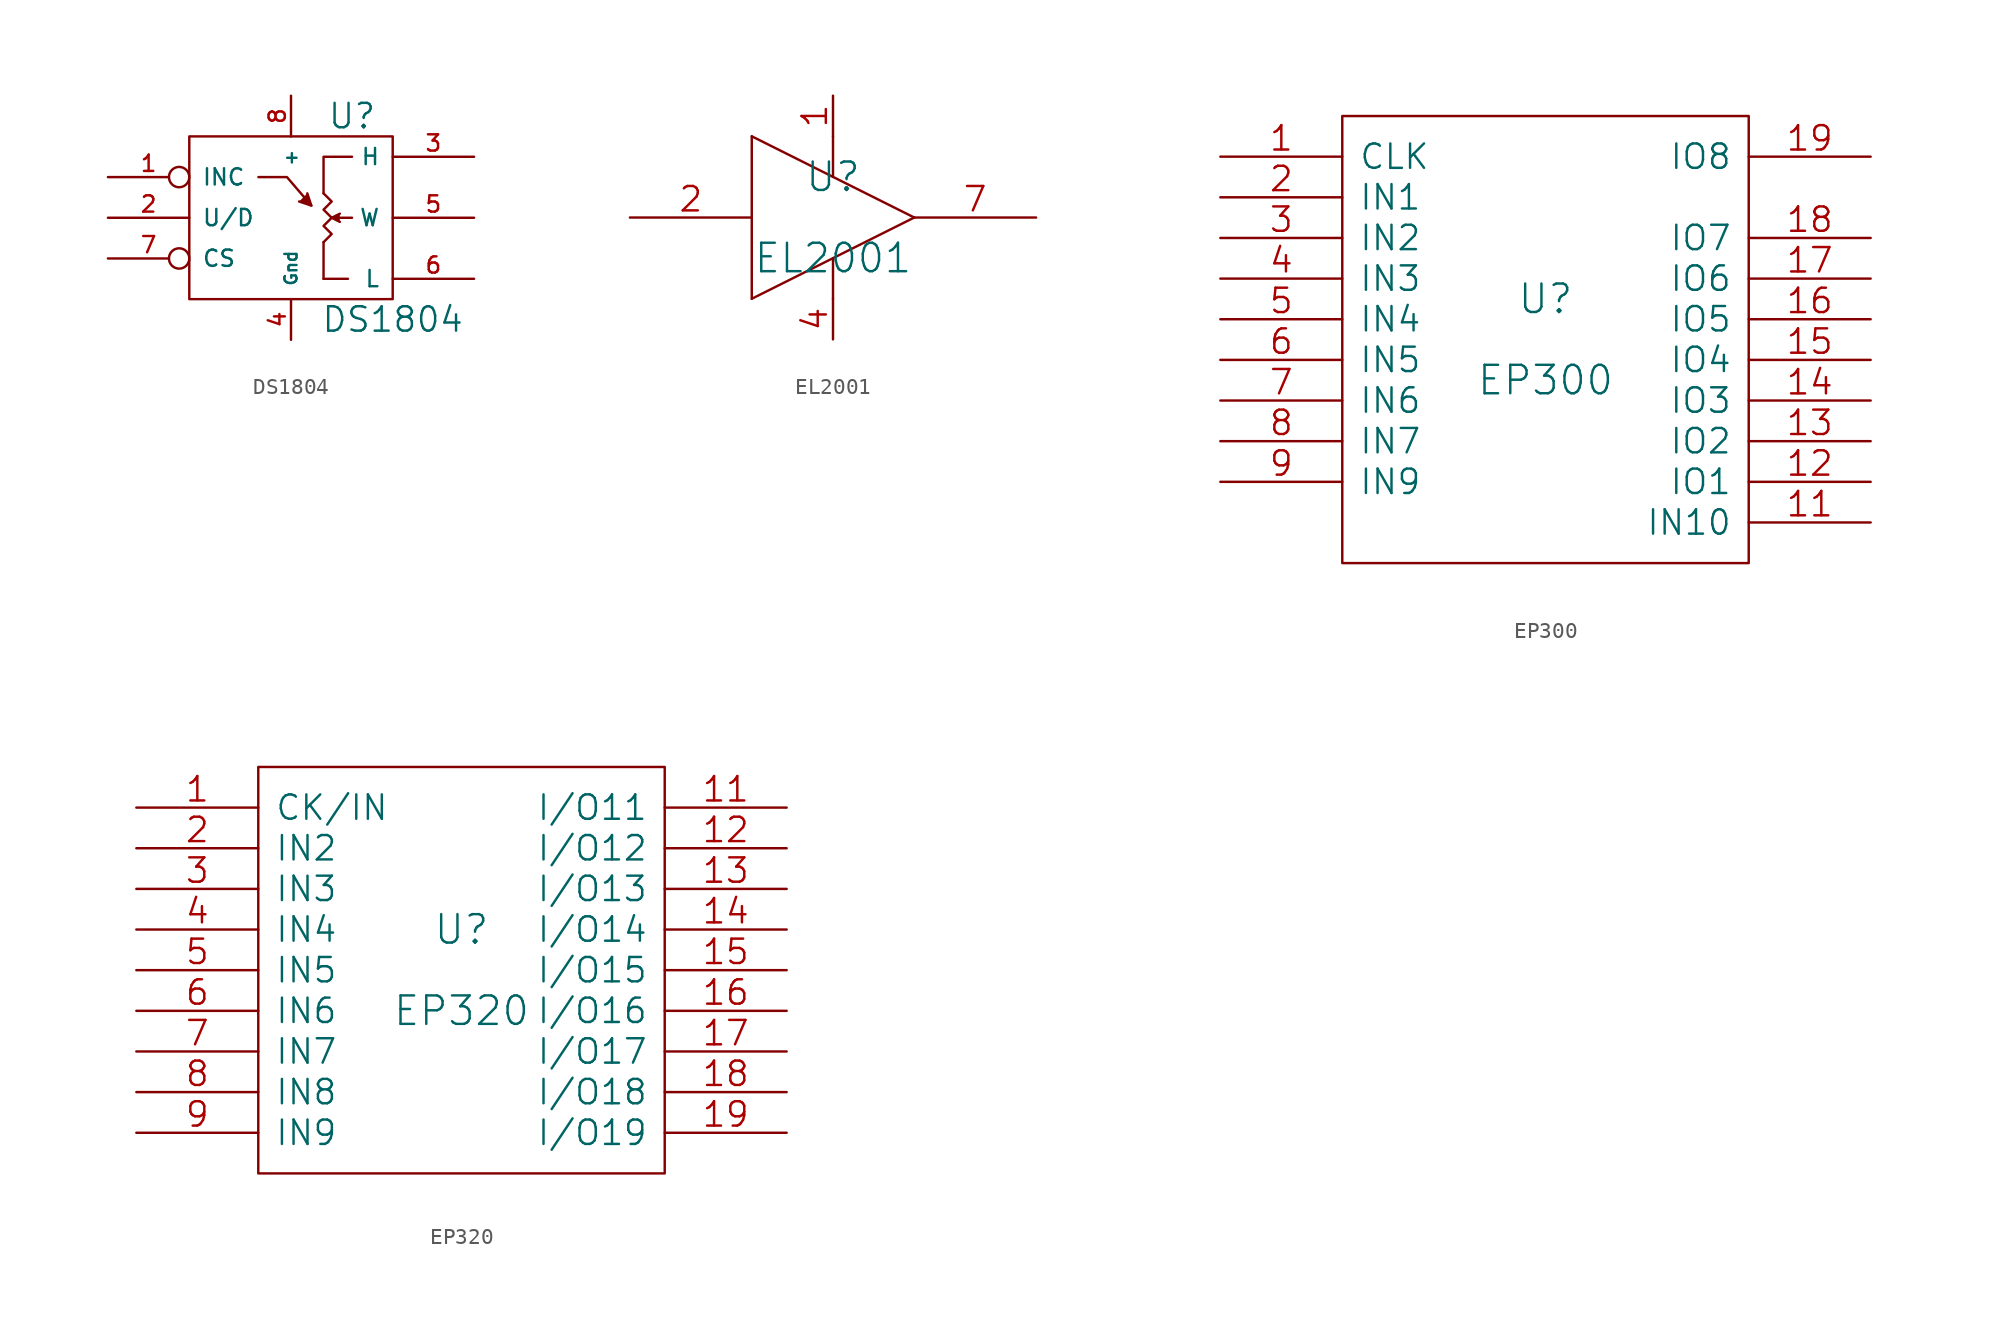
<source format=kicad_sym>
(kicad_symbol_lib
  (version 20211014)
  (generator kicad_symbol_editor)
  (symbol "DS1804"
    (pin_names
      (offset 0.762))
    (property "Reference" "U"
      (at 3.81 6.35 0)
      (effects (font (size 1.524 1.524))))
    (property "Value" "DS1804"
      (at 6.35 -6.35 0)
      (effects (font (size 1.524 1.524))))
    (property "Footprint" ""
      (at 0 0 0)
      (effects (font (size 1.524 1.524))))
    (property "Datasheet" ""
      (at 0 0 0)
      (effects (font (size 1.524 1.524))))
    (symbol "DS1804_0_1"
      (rectangle (start -6.35 5.08) (end 6.35 -5.08) (stroke (width 0) (type default) (color 0 0 0 0)) (fill (type none)))
      (polyline (pts (xy 2.032 -1.524) (xy 2.032 -3.81)) (stroke (width 0) (type default) (color 0 0 0 0)) (fill (type none)))
      (polyline (pts (xy 3.556 -3.81) (xy 2.032 -3.81)) (stroke (width 0) (type default) (color 0 0 0 0)) (fill (type none)))
      (polyline (pts (xy 3.81 0) (xy 3.048 0)) (stroke (width 0) (type default) (color 0 0 0 0)) (fill (type none)))
      (polyline (pts (xy -2.032 2.54) (xy -0.254 2.54) (xy 1.27 0.762)) (stroke (width 0) (type default) (color 0 0 0 0)) (fill (type none)))
      (polyline (pts (xy 1.016 1.524) (xy 1.27 0.762) (xy 0.508 1.016)) (stroke (width 0) (type default) (color 0 0 0 0)) (fill (type outline)))
      (polyline (pts (xy 2.032 1.524) (xy 2.032 3.81) (xy 3.81 3.81)) (stroke (width 0) (type default) (color 0 0 0 0)) (fill (type none)))
      (polyline (pts (xy 3.048 -0.254) (xy 2.54 0) (xy 3.048 0.254)) (stroke (width 0) (type default) (color 0 0 0 0)) (fill (type outline)))
      (polyline (pts (xy 2.54 0) (xy 2.032 0.508) (xy 2.54 1.016) (xy 2.032 1.524)) (stroke (width 0) (type default) (color 0 0 0 0)) (fill (type none)))
      (polyline (pts (xy 2.54 0) (xy 2.032 -0.508) (xy 2.54 -1.016) (xy 2.032 -1.524) (xy 2.032 -1.524)) (stroke (width 0) (type default) (color 0 0 0 0)) (fill (type none))))
    (symbol "DS1804_1_1"
      (pin input inverted (at -11.43 2.54 0) (length 5.08) (name "INC" (effects (font (size 1.016 1.016)))) (number "1" (effects (font (size 1.016 1.016)))))
      (pin input line (at -11.43 0 0) (length 5.08) (name "U/D" (effects (font (size 1.016 1.016)))) (number "2" (effects (font (size 1.016 1.016)))))
      (pin passive line (at 11.43 3.81 180) (length 5.08) (name "H" (effects (font (size 1.016 1.016)))) (number "3" (effects (font (size 1.016 1.016)))))
      (pin power_in line (at 0 -7.62 90) (length 2.54) (name "Gnd" (effects (font (size 0.762 0.762)))) (number "4" (effects (font (size 1.016 1.016)))))
      (pin passive line (at 11.43 0 180) (length 5.08) (name "W" (effects (font (size 1.016 1.016)))) (number "5" (effects (font (size 1.016 1.016)))))
      (pin passive line (at 11.43 -3.81 180) (length 5.08) (name "L" (effects (font (size 1.016 1.016)))) (number "6" (effects (font (size 1.016 1.016)))))
      (pin input inverted (at -11.43 -2.54 0) (length 5.08) (name "CS" (effects (font (size 1.016 1.016)))) (number "7" (effects (font (size 1.016 1.016)))))
      (pin power_in line (at 0 7.62 270) (length 2.54) (name "+" (effects (font (size 0.762 0.762)))) (number "8" (effects (font (size 1.016 1.016)))))))
  (symbol "EL2001"
    (pin_names
      (offset 1.016) hide)
    (property "Reference" "U"
      (at 0 2.54 0)
      (effects (font (size 1.778 1.778))))
    (property "Value" "EL2001"
      (at 0 -2.54 0)
      (effects (font (size 1.778 1.778))))
    (property "Footprint" ""
      (at 0 0 0)
      (effects (font (size 1.524 1.524))))
    (property "Datasheet" ""
      (at 0 0 0)
      (effects (font (size 1.524 1.524))))
    (symbol "EL2001_0_1"
      (polyline (pts (xy -5.08 -5.08) (xy 5.08 0)) (stroke (width 0) (type default) (color 0 0 0 0)) (fill (type none)))
      (polyline (pts (xy -5.08 5.08) (xy -5.08 -5.08)) (stroke (width 0) (type default) (color 0 0 0 0)) (fill (type none)))
      (polyline (pts (xy 0 -5.08) (xy 0 -2.54)) (stroke (width 0) (type default) (color 0 0 0 0)) (fill (type none)))
      (polyline (pts (xy 0 5.08) (xy 0 2.54)) (stroke (width 0) (type default) (color 0 0 0 0)) (fill (type none)))
      (polyline (pts (xy 5.08 0) (xy -5.08 5.08)) (stroke (width 0) (type default) (color 0 0 0 0)) (fill (type none))))
    (symbol "EL2001_1_1"
      (pin input line (at 0 7.62 270) (length 2.54) (name "V+" (effects (font (size 1.524 1.524)))) (number "1" (effects (font (size 1.524 1.524)))))
      (pin input line (at -12.7 0 0) (length 7.62) (name "IN" (effects (font (size 1.524 1.524)))) (number "2" (effects (font (size 1.524 1.524)))))
      (pin input line (at 0 -7.62 90) (length 2.54) (name "V-" (effects (font (size 1.524 1.524)))) (number "4" (effects (font (size 1.524 1.524)))))
      (pin output line (at 12.7 0 180) (length 7.62) (name "OUT" (effects (font (size 1.524 1.524)))) (number "7" (effects (font (size 1.524 1.524)))))))
  (symbol "EP300"
    (pin_names
      (offset 1.016))
    (property "Reference" "U"
      (at 0 2.54 0)
      (effects (font (size 1.778 1.778))))
    (property "Value" "EP300"
      (at 0 -2.54 0)
      (effects (font (size 1.778 1.778))))
    (property "Footprint" ""
      (at 0 0 0)
      (effects (font (size 1.524 1.524))))
    (property "Datasheet" ""
      (at 0 0 0)
      (effects (font (size 1.524 1.524))))
    (symbol "EP300_0_1"
      (rectangle (start -12.7 -13.97) (end 12.7 13.97) (stroke (width 0) (type default) (color 0 0 0 0)) (fill (type none))))
    (symbol "EP300_1_1"
      (pin input line (at -20.32 11.43 0) (length 7.62) (name "CLK" (effects (font (size 1.524 1.524)))) (number "1" (effects (font (size 1.524 1.524)))))
      (pin power_in line (at -12.7 -13.97 90) (length 0) hide (name "GND" (effects (font (size 1.524 1.524)))) (number "10" (effects (font (size 1.524 1.524)))))
      (pin input line (at 20.32 -11.43 180) (length 7.62) (name "IN10" (effects (font (size 1.524 1.524)))) (number "11" (effects (font (size 1.524 1.524)))))
      (pin input line (at 20.32 -8.89 180) (length 7.62) (name "IO1" (effects (font (size 1.524 1.524)))) (number "12" (effects (font (size 1.524 1.524)))))
      (pin input line (at 20.32 -6.35 180) (length 7.62) (name "IO2" (effects (font (size 1.524 1.524)))) (number "13" (effects (font (size 1.524 1.524)))))
      (pin input line (at 20.32 -3.81 180) (length 7.62) (name "IO3" (effects (font (size 1.524 1.524)))) (number "14" (effects (font (size 1.524 1.524)))))
      (pin input line (at 20.32 -1.27 180) (length 7.62) (name "IO4" (effects (font (size 1.524 1.524)))) (number "15" (effects (font (size 1.524 1.524)))))
      (pin input line (at 20.32 1.27 180) (length 7.62) (name "IO5" (effects (font (size 1.524 1.524)))) (number "16" (effects (font (size 1.524 1.524)))))
      (pin input line (at 20.32 3.81 180) (length 7.62) (name "IO6" (effects (font (size 1.524 1.524)))) (number "17" (effects (font (size 1.524 1.524)))))
      (pin input line (at 20.32 6.35 180) (length 7.62) (name "IO7" (effects (font (size 1.524 1.524)))) (number "18" (effects (font (size 1.524 1.524)))))
      (pin input line (at 20.32 11.43 180) (length 7.62) (name "IO8" (effects (font (size 1.524 1.524)))) (number "19" (effects (font (size 1.524 1.524)))))
      (pin input line (at -20.32 8.89 0) (length 7.62) (name "IN1" (effects (font (size 1.524 1.524)))) (number "2" (effects (font (size 1.524 1.524)))))
      (pin power_in line (at -12.7 13.97 90) (length 0) hide (name "VCC" (effects (font (size 1.524 1.524)))) (number "20" (effects (font (size 1.524 1.524)))))
      (pin input line (at -20.32 6.35 0) (length 7.62) (name "IN2" (effects (font (size 1.524 1.524)))) (number "3" (effects (font (size 1.524 1.524)))))
      (pin input line (at -20.32 3.81 0) (length 7.62) (name "IN3" (effects (font (size 1.524 1.524)))) (number "4" (effects (font (size 1.524 1.524)))))
      (pin input line (at -20.32 1.27 0) (length 7.62) (name "IN4" (effects (font (size 1.524 1.524)))) (number "5" (effects (font (size 1.524 1.524)))))
      (pin input line (at -20.32 -1.27 0) (length 7.62) (name "IN5" (effects (font (size 1.524 1.524)))) (number "6" (effects (font (size 1.524 1.524)))))
      (pin input line (at -20.32 -3.81 0) (length 7.62) (name "IN6" (effects (font (size 1.524 1.524)))) (number "7" (effects (font (size 1.524 1.524)))))
      (pin input line (at -20.32 -6.35 0) (length 7.62) (name "IN7" (effects (font (size 1.524 1.524)))) (number "8" (effects (font (size 1.524 1.524)))))
      (pin input line (at -20.32 -8.89 0) (length 7.62) (name "IN9" (effects (font (size 1.524 1.524)))) (number "9" (effects (font (size 1.524 1.524)))))))
  (symbol "EP320"
    (pin_names
      (offset 1.016))
    (property "Reference" "U"
      (at 0 2.54 0)
      (effects (font (size 1.778 1.778))))
    (property "Value" "EP320"
      (at 0 -2.54 0)
      (effects (font (size 1.778 1.778))))
    (property "Footprint" ""
      (at 0 0 0)
      (effects (font (size 1.524 1.524))))
    (property "Datasheet" ""
      (at 0 0 0)
      (effects (font (size 1.524 1.524))))
    (symbol "EP320_0_1"
      (rectangle (start -12.7 -12.7) (end 12.7 12.7) (stroke (width 0) (type default) (color 0 0 0 0)) (fill (type none))))
    (symbol "EP320_1_1"
      (pin input line (at -20.32 10.16 0) (length 7.62) (name "CK/IN" (effects (font (size 1.524 1.524)))) (number "1" (effects (font (size 1.524 1.524)))))
      (pin power_in line (at -12.7 -12.7 90) (length 0) hide (name "GND" (effects (font (size 1.524 1.524)))) (number "10" (effects (font (size 1.524 1.524)))))
      (pin input line (at 20.32 10.16 180) (length 7.62) (name "I/O11" (effects (font (size 1.524 1.524)))) (number "11" (effects (font (size 1.524 1.524)))))
      (pin input line (at 20.32 7.62 180) (length 7.62) (name "I/O12" (effects (font (size 1.524 1.524)))) (number "12" (effects (font (size 1.524 1.524)))))
      (pin input line (at 20.32 5.08 180) (length 7.62) (name "I/O13" (effects (font (size 1.524 1.524)))) (number "13" (effects (font (size 1.524 1.524)))))
      (pin input line (at 20.32 2.54 180) (length 7.62) (name "I/O14" (effects (font (size 1.524 1.524)))) (number "14" (effects (font (size 1.524 1.524)))))
      (pin input line (at 20.32 0 180) (length 7.62) (name "I/O15" (effects (font (size 1.524 1.524)))) (number "15" (effects (font (size 1.524 1.524)))))
      (pin input line (at 20.32 -2.54 180) (length 7.62) (name "I/O16" (effects (font (size 1.524 1.524)))) (number "16" (effects (font (size 1.524 1.524)))))
      (pin input line (at 20.32 -5.08 180) (length 7.62) (name "I/O17" (effects (font (size 1.524 1.524)))) (number "17" (effects (font (size 1.524 1.524)))))
      (pin input line (at 20.32 -7.62 180) (length 7.62) (name "I/O18" (effects (font (size 1.524 1.524)))) (number "18" (effects (font (size 1.524 1.524)))))
      (pin input line (at 20.32 -10.16 180) (length 7.62) (name "I/O19" (effects (font (size 1.524 1.524)))) (number "19" (effects (font (size 1.524 1.524)))))
      (pin input line (at -20.32 7.62 0) (length 7.62) (name "IN2" (effects (font (size 1.524 1.524)))) (number "2" (effects (font (size 1.524 1.524)))))
      (pin power_in line (at -12.7 12.7 90) (length 0) hide (name "VDD" (effects (font (size 1.524 1.524)))) (number "20" (effects (font (size 1.524 1.524)))))
      (pin input line (at -20.32 5.08 0) (length 7.62) (name "IN3" (effects (font (size 1.524 1.524)))) (number "3" (effects (font (size 1.524 1.524)))))
      (pin input line (at -20.32 2.54 0) (length 7.62) (name "IN4" (effects (font (size 1.524 1.524)))) (number "4" (effects (font (size 1.524 1.524)))))
      (pin input line (at -20.32 0 0) (length 7.62) (name "IN5" (effects (font (size 1.524 1.524)))) (number "5" (effects (font (size 1.524 1.524)))))
      (pin input line (at -20.32 -2.54 0) (length 7.62) (name "IN6" (effects (font (size 1.524 1.524)))) (number "6" (effects (font (size 1.524 1.524)))))
      (pin input line (at -20.32 -5.08 0) (length 7.62) (name "IN7" (effects (font (size 1.524 1.524)))) (number "7" (effects (font (size 1.524 1.524)))))
      (pin input line (at -20.32 -7.62 0) (length 7.62) (name "IN8" (effects (font (size 1.524 1.524)))) (number "8" (effects (font (size 1.524 1.524)))))
      (pin input line (at -20.32 -10.16 0) (length 7.62) (name "IN9" (effects (font (size 1.524 1.524)))) (number "9" (effects (font (size 1.524 1.524))))))))
</source>
